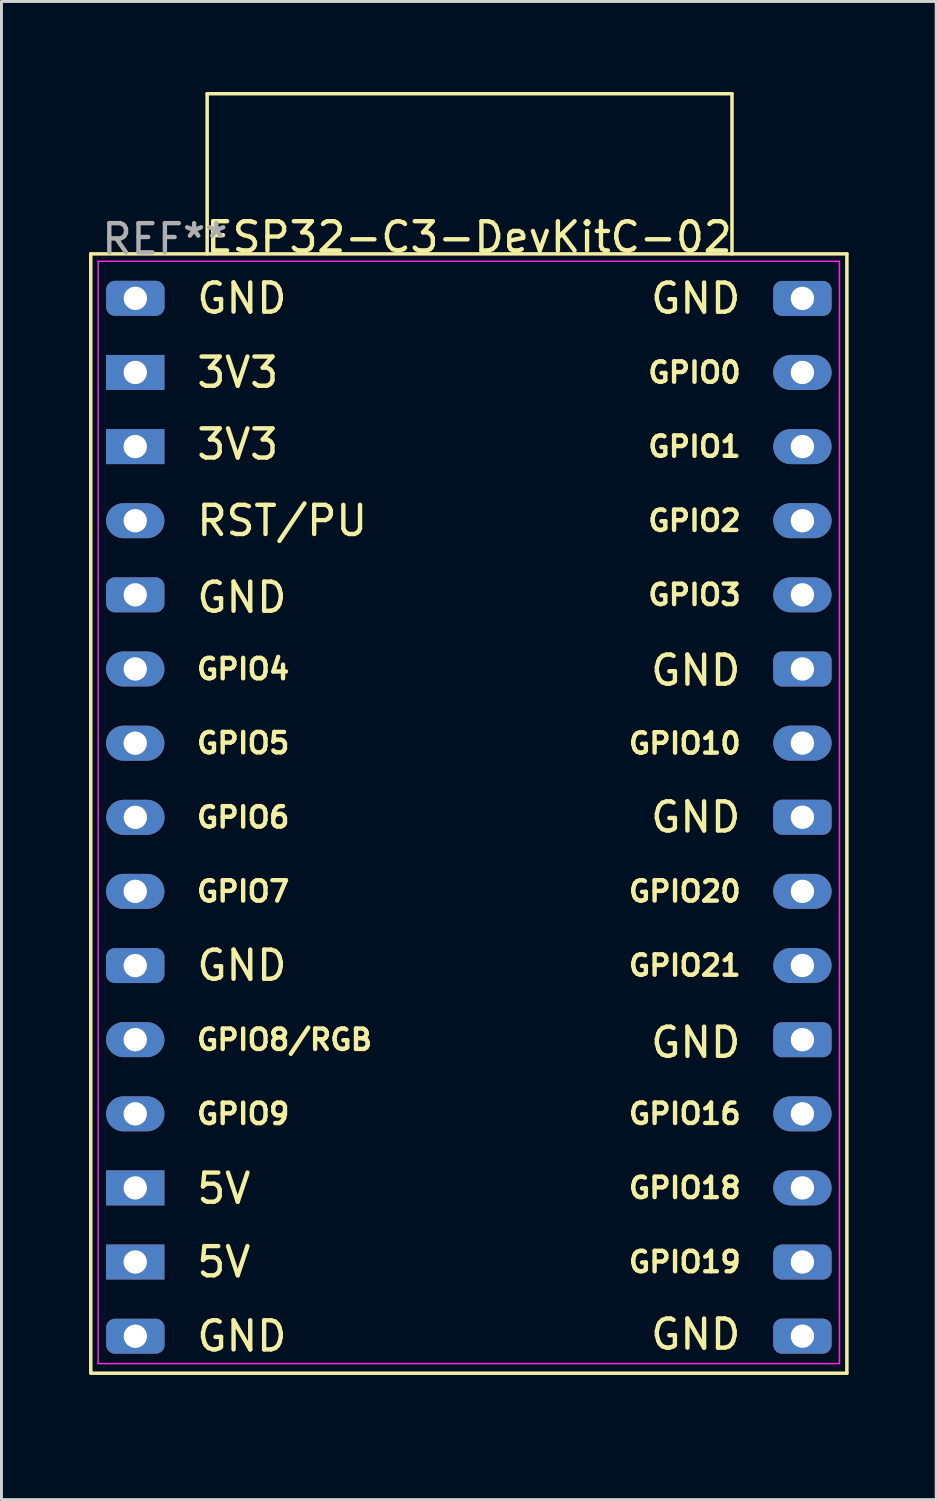
<source format=kicad_pcb>
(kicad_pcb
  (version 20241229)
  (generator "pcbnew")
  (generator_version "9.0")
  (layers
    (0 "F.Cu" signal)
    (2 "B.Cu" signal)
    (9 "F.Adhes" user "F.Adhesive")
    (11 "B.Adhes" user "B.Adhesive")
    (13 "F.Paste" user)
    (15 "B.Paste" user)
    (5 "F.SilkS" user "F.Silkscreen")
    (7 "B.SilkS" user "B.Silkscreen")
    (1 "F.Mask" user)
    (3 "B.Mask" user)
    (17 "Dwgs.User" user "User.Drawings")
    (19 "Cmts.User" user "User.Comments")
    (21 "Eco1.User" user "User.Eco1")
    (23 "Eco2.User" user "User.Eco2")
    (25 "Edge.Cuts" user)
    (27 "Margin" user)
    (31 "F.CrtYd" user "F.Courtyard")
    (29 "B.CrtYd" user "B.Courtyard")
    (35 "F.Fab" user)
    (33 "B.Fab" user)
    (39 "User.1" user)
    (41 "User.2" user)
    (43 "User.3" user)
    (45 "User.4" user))
  (footprint "ESP32-C3-DevKitC-02"
    (layer "F.Cu")
    (at 1.584 7.172)
    (property "Reference" "ESP32-C3-DevKitC-02" (at 11.434 -2.097 0) (layer "F.SilkS") (effects (font (size 1 1) (thickness 0.15))))
    (attr through_hole)
    (fp_line (start -1.524 -1.524) (end -1.524 36.83) (stroke (width 0.12) (type solid)) (layer "F.SilkS"))
    (fp_line (start -1.5 36.83) (end 24.384 36.83) (stroke (width 0.12) (type solid)) (layer "F.SilkS"))
    (fp_line (start 2.464 -7.01) (end 20.447 -7.01) (stroke (width 0.12) (type solid)) (layer "F.SilkS"))
    (fp_line (start 2.464 -1.524) (end 2.464 -7.01) (stroke (width 0.12) (type solid)) (layer "F.SilkS"))
    (fp_line (start 20.447 -7.01) (end 20.447 -1.524) (stroke (width 0.12) (type solid)) (layer "F.SilkS"))
    (fp_line (start 24.384 -1.524) (end -1.524 -1.524) (stroke (width 0.12) (type solid)) (layer "F.SilkS"))
    (fp_line (start 24.384 36.83) (end 24.384 -1.524) (stroke (width 0.12) (type solid)) (layer "F.SilkS"))
    (fp_line (start 2.032 -7.112) (end 2.032 38.1) (stroke (width 0.12) (type solid)) (layer "Eco1.User"))
    (fp_line (start 20.828 38.1) (end 20.828 -7.112) (stroke (width 0.12) (type solid)) (layer "Eco1.User"))
    (fp_line (start -1.27 -1.27) (end 24.13 -1.27) (stroke (width 0.05) (type solid)) (layer "F.CrtYd"))
    (fp_line (start -1.27 36.5) (end -1.27 -1.27) (stroke (width 0.05) (type solid)) (layer "F.CrtYd"))
    (fp_line (start 24.13 -1.27) (end 24.13 36.5) (stroke (width 0.05) (type solid)) (layer "F.CrtYd"))
    (fp_line (start 24.13 36.5) (end -1.27 36.5) (stroke (width 0.05) (type solid)) (layer "F.CrtYd"))
    (fp_text user "GPIO18" (at 20.828 30.48 0) (unlocked yes) (layer "F.SilkS") (effects (font (size 0.7 0.7) (thickness 0.15)) (justify right)))
    (fp_text user "GND" (at 2.032 35.56 0) (unlocked yes) (layer "F.SilkS") (effects (font (size 1 1) (thickness 0.15)) (justify left)))
    (fp_text user "GND" (at 2.032 10.25 0) (unlocked yes) (layer "F.SilkS") (effects (font (size 1 1) (thickness 0.15)) (justify left)))
    (fp_text user "GPIO16" (at 20.828 27.94 0) (unlocked yes) (layer "F.SilkS") (effects (font (size 0.7 0.7) (thickness 0.15)) (justify right)))
    (fp_text user "GPIO6" (at 2.032 17.783 0) (unlocked yes) (layer "F.SilkS") (effects (font (size 0.7 0.7) (thickness 0.15)) (justify left)))
    (fp_text user "GPIO9" (at 2.032 27.943 0) (unlocked yes) (layer "F.SilkS") (effects (font (size 0.7 0.7) (thickness 0.15)) (justify left)))
    (fp_text user "GPIO10" (at 20.828 15.25 0) (unlocked yes) (layer "F.SilkS") (effects (font (size 0.7 0.7) (thickness 0.15)) (justify right)))
    (fp_text user "GND" (at 2.032 22.86 0) (unlocked yes) (layer "F.SilkS") (effects (font (size 1 1) (thickness 0.15)) (justify left)))
    (fp_text user "GND" (at 20.828 25.5 0) (unlocked yes) (layer "F.SilkS") (effects (font (size 1 1) (thickness 0.15)) (justify right)))
    (fp_text user "GPIO3" (at 20.828 10.16 0) (unlocked yes) (layer "F.SilkS") (effects (font (size 0.7 0.7) (thickness 0.15)) (justify right)))
    (fp_text user "GND" (at 20.828 17.78 0) (unlocked yes) (layer "F.SilkS") (effects (font (size 1 1) (thickness 0.15)) (justify right)))
    (fp_text user "GPIO4" (at 2.032 12.703 0) (unlocked yes) (layer "F.SilkS") (effects (font (size 0.7 0.7) (thickness 0.15)) (justify left)))
    (fp_text user "3V3" (at 2.032 5 0) (unlocked yes) (layer "F.SilkS") (effects (font (size 1 1) (thickness 0.15)) (justify left)))
    (fp_text user "GPIO20" (at 20.828 20.32 0) (unlocked yes) (layer "F.SilkS") (effects (font (size 0.7 0.7) (thickness 0.15)) (justify right)))
    (fp_text user "GND" (at 20.828 0.003 0) (unlocked yes) (layer "F.SilkS") (effects (font (size 1 1) (thickness 0.15)) (justify right)))
    (fp_text user "5V" (at 2.032 30.5 0) (unlocked yes) (layer "F.SilkS") (effects (font (size 1 1) (thickness 0.15)) (justify left)))
    (fp_text user "GND" (at 20.828 35.5 0) (unlocked yes) (layer "F.SilkS") (effects (font (size 1 1) (thickness 0.15)) (justify right)))
    (fp_text user "GND" (at 20.828 12.75 0) (unlocked yes) (layer "F.SilkS") (effects (font (size 1 1) (thickness 0.15)) (justify right)))
    (fp_text user "GPIO19" (at 20.828 33.02 0) (unlocked yes) (layer "F.SilkS") (effects (font (size 0.7 0.7) (thickness 0.15)) (justify right)))
    (fp_text user "GPIO8/RGB" (at 2.032 25.403 0) (unlocked yes) (layer "F.SilkS") (effects (font (size 0.7 0.7) (thickness 0.15)) (justify left)))
    (fp_text user "GPIO5" (at 2.032 15.24 0) (unlocked yes) (layer "F.SilkS") (effects (font (size 0.7 0.7) (thickness 0.15)) (justify left)))
    (fp_text user "GPIO1" (at 20.828 5.08 0) (unlocked yes) (layer "F.SilkS") (effects (font (size 0.7 0.7) (thickness 0.15)) (justify right)))
    (fp_text user "GPIO7" (at 2.032 20.32 0) (unlocked yes) (layer "F.SilkS") (effects (font (size 0.7 0.7) (thickness 0.15)) (justify left)))
    (fp_text user "GND" (at 2.032 0 0) (unlocked yes) (layer "F.SilkS") (effects (font (size 1 1) (thickness 0.15)) (justify left)))
    (fp_text user "5V" (at 2.032 33.02 0) (unlocked yes) (layer "F.SilkS") (effects (font (size 1 1) (thickness 0.15)) (justify left)))
    (fp_text user "GPIO21" (at 20.828 22.86 0) (unlocked yes) (layer "F.SilkS") (effects (font (size 0.7 0.7) (thickness 0.15)) (justify right)))
    (fp_text user "GPIO2" (at 20.828 7.62 0) (unlocked yes) (layer "F.SilkS") (effects (font (size 0.7 0.7) (thickness 0.15)) (justify right)))
    (fp_text user "3V3" (at 2.032 2.54 0) (unlocked yes) (layer "F.SilkS") (effects (font (size 1 1) (thickness 0.15)) (justify left)))
    (fp_text user "RST/PU" (at 2.032 7.62 0) (unlocked yes) (layer "F.SilkS") (effects (font (size 1 1) (thickness 0.15)) (justify left)))
    (fp_text user "GPIO0" (at 20.828 2.543 0) (unlocked yes) (layer "F.SilkS") (effects (font (size 0.7 0.7) (thickness 0.15)) (justify right)))
    (fp_text user "REF**" (at 1.016 -2.032 0) (layer "F.Fab") (effects (font (size 1 1) (thickness 0.15))))
    (pad "1" thru_hole roundrect (at 0.004 0 270) (size 1.2 2) (drill 0.8) (layers "*.Cu" "*.Mask") (roundrect_rratio 0.25))
    (pad "2" thru_hole rect (at 0 2.54 270) (size 1.2 2) (drill 0.8) (layers "*.Cu" "*.Mask"))
    (pad "3" thru_hole rect (at 0 5.08 270) (size 1.2 2) (drill 0.8) (layers "*.Cu" "*.Mask"))
    (pad "4" thru_hole oval (at 0 7.62 270) (size 1.2 2) (drill 0.8) (layers "*.Cu" "*.Mask"))
    (pad "5" thru_hole roundrect (at 0 10.16 270) (size 1.2 2) (drill 0.8) (layers "*.Cu" "*.Mask") (roundrect_rratio 0.25))
    (pad "6" thru_hole oval (at 0 12.7 270) (size 1.2 2) (drill 0.8) (layers "*.Cu" "*.Mask"))
    (pad "7" thru_hole oval (at 0 15.243 270) (size 1.2 2) (drill 0.8) (layers "*.Cu" "*.Mask"))
    (pad "8" thru_hole oval (at 0.004 17.783 270) (size 1.2 2) (drill 0.8) (layers "*.Cu" "*.Mask"))
    (pad "9" thru_hole oval (at 0 20.32 270) (size 1.2 2) (drill 0.8) (layers "*.Cu" "*.Mask"))
    (pad "10" thru_hole roundrect (at 0 22.863 270) (size 1.2 2) (drill 0.8) (layers "*.Cu" "*.Mask") (roundrect_rratio 0.25))
    (pad "11" thru_hole oval (at 0 25.4 270) (size 1.2 2) (drill 0.8) (layers "*.Cu" "*.Mask"))
    (pad "12" thru_hole oval (at 0 27.943 270) (size 1.2 2) (drill 0.8) (layers "*.Cu" "*.Mask"))
    (pad "13" thru_hole rect (at 0 30.48 270) (size 1.2 2) (drill 0.8) (layers "*.Cu" "*.Mask"))
    (pad "14" thru_hole rect (at 0 33.02 270) (size 1.2 2) (drill 0.8) (layers "*.Cu" "*.Mask"))
    (pad "15" thru_hole roundrect (at 0.004 35.563 270) (size 1.2 2) (drill 0.8) (layers "*.Cu" "*.Mask") (roundrect_rratio 0.25))
    (pad "16" thru_hole roundrect (at 22.86 35.56 270) (size 1.2 2) (drill 0.8) (layers "*.Cu" "*.Mask") (roundrect_rratio 0.25))
    (pad "17" thru_hole roundrect (at 22.86 33.02 270) (size 1.2 2) (drill 0.8) (layers "*.Cu" "*.Mask") (roundrect_rratio 0.25))
    (pad "18" thru_hole oval (at 22.86 30.48 270) (size 1.2 2) (drill 0.8) (layers "*.Cu" "*.Mask"))
    (pad "19" thru_hole oval (at 22.86 27.943 270) (size 1.2 2) (drill 0.8) (layers "*.Cu" "*.Mask"))
    (pad "20" thru_hole roundrect (at 22.86 25.403 270) (size 1.2 2) (drill 0.8) (layers "*.Cu" "*.Mask") (roundrect_rratio 0.25))
    (pad "21" thru_hole oval (at 22.86 22.86 270) (size 1.2 2) (drill 0.8) (layers "*.Cu" "*.Mask"))
    (pad "22" thru_hole oval (at 22.86 20.32 270) (size 1.2 2) (drill 0.8) (layers "*.Cu" "*.Mask"))
    (pad "23" thru_hole roundrect (at 22.86 17.78 270) (size 1.2 2) (drill 0.8) (layers "*.Cu" "*.Mask") (roundrect_rratio 0.25))
    (pad "24" thru_hole oval (at 22.86 15.24 270) (size 1.2 2) (drill 0.8) (layers "*.Cu" "*.Mask"))
    (pad "25" thru_hole roundrect (at 22.86 12.7 270) (size 1.2 2) (drill 0.8) (layers "*.Cu" "*.Mask") (roundrect_rratio 0.25))
    (pad "26" thru_hole oval (at 22.86 10.16 270) (size 1.2 2) (drill 0.8) (layers "*.Cu" "*.Mask"))
    (pad "27" thru_hole oval (at 22.86 7.62 270) (size 1.2 2) (drill 0.8) (layers "*.Cu" "*.Mask"))
    (pad "28" thru_hole oval (at 22.86 5.08 270) (size 1.2 2) (drill 0.8) (layers "*.Cu" "*.Mask"))
    (pad "29" thru_hole oval (at 22.86 2.54 270) (size 1.2 2) (drill 0.8) (layers "*.Cu" "*.Mask"))
    (pad "30" thru_hole roundrect (at 22.86 0.003 270) (size 1.2 2) (drill 0.8) (layers "*.Cu" "*.Mask") (roundrect_rratio 0.25)))
  (gr_rect
    (start -3 -3)
    (end 29.028 48.332)
    (stroke (width 0.1) (type default))
    (fill no)
    (layer "Edge.Cuts")))
</source>
